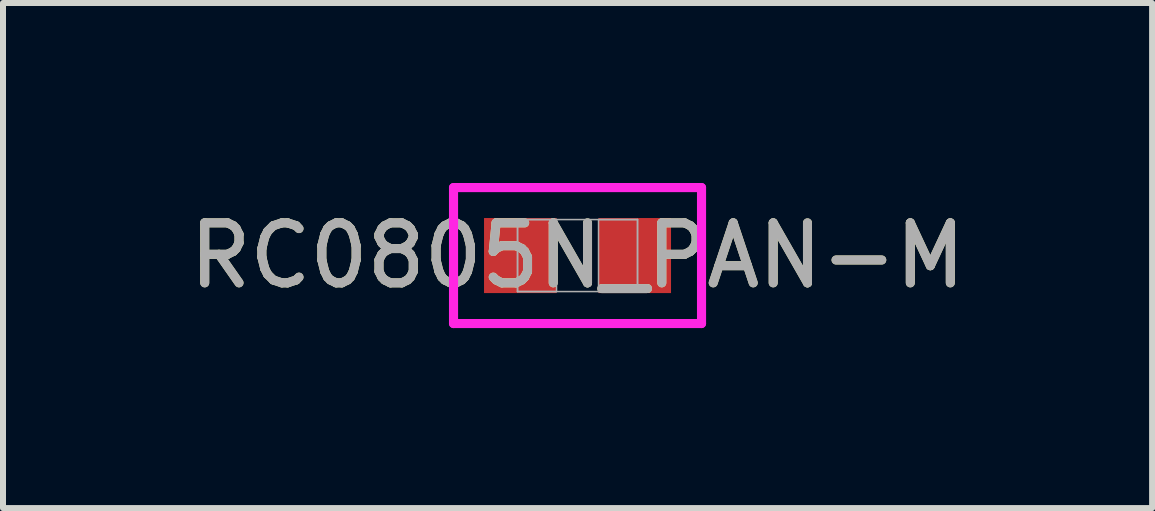
<source format=kicad_pcb>
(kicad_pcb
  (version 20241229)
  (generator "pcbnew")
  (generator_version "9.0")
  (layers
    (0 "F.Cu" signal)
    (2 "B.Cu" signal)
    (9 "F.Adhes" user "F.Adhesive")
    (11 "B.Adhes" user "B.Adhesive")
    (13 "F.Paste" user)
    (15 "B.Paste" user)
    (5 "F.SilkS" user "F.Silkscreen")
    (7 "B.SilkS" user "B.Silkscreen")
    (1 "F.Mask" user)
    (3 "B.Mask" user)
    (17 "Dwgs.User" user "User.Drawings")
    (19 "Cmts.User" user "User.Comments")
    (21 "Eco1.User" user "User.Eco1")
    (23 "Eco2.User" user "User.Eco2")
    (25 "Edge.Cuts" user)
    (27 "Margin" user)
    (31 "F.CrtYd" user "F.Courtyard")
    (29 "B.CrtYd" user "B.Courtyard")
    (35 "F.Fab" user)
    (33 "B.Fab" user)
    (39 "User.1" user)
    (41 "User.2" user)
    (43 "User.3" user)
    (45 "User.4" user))
  (footprint "RC0805N_PAN-M"
    (layer "F.Cu")
    (at 6.577 1.21)
    (property "Reference" "RC0805N_PAN-M" (at 0 0 0) (unlocked yes) (layer "F.SilkS") (effects (font (size 1 1) (thickness 0.15))))
    (attr smd)
    (fp_line (start -2.067 -1.133) (end 2.067 -1.133) (stroke (width 0.152) (type solid)) (layer "F.CrtYd"))
    (fp_line (start -2.067 1.133) (end -2.067 -1.133) (stroke (width 0.152) (type solid)) (layer "F.CrtYd"))
    (fp_line (start 2.067 -1.133) (end 2.067 1.133) (stroke (width 0.152) (type solid)) (layer "F.CrtYd"))
    (fp_line (start 2.067 1.133) (end -2.067 1.133) (stroke (width 0.152) (type solid)) (layer "F.CrtYd"))
    (fp_line (start -1 -0.6) (end -1 0.6) (stroke (width 0.025) (type solid)) (layer "F.Fab"))
    (fp_line (start -1 -0.6) (end -1 0.6) (stroke (width 0.025) (type solid)) (layer "F.Fab"))
    (fp_line (start -1 0.6) (end -0.35 0.6) (stroke (width 0.025) (type solid)) (layer "F.Fab"))
    (fp_line (start -1 0.6) (end 1 0.6) (stroke (width 0.025) (type solid)) (layer "F.Fab"))
    (fp_line (start -0.35 -0.6) (end -1 -0.6) (stroke (width 0.025) (type solid)) (layer "F.Fab"))
    (fp_line (start -0.35 0.6) (end -0.35 -0.6) (stroke (width 0.025) (type solid)) (layer "F.Fab"))
    (fp_line (start 0.35 -0.6) (end 0.35 0.6) (stroke (width 0.025) (type solid)) (layer "F.Fab"))
    (fp_line (start 0.35 0.6) (end 1 0.6) (stroke (width 0.025) (type solid)) (layer "F.Fab"))
    (fp_line (start 1 -0.6) (end -1 -0.6) (stroke (width 0.025) (type solid)) (layer "F.Fab"))
    (fp_line (start 1 -0.6) (end 0.35 -0.6) (stroke (width 0.025) (type solid)) (layer "F.Fab"))
    (fp_line (start 1 0.6) (end 1 -0.6) (stroke (width 0.025) (type solid)) (layer "F.Fab"))
    (fp_line (start 1 0.6) (end 1 -0.6) (stroke (width 0.025) (type solid)) (layer "F.Fab"))
    (fp_text user "${REFERENCE}" (at 0 0 0) (unlocked yes) (layer "F.Fab") (effects (font (size 1 1) (thickness 0.15))))
    (pad "1" smd rect (at -0.954 0) (size 1.209 1.251) (layers "F.Cu" "F.Mask" "F.Paste"))
    (pad "2" smd rect (at 0.954 0) (size 1.209 1.251) (layers "F.Cu" "F.Mask" "F.Paste"))
    (zone (net_name "") (layer "F.Cu") (hatch full 0.508) (connect_pads) (min_thickness 0.254) (filled_areas_thickness no) (keepout (tracks not_allowed) (vias not_allowed) (pads allowed) (copperpour not_allowed) (footprints allowed)) (placement (enabled no)) (fill) (polygon (pts (xy 6.278 0.66) (xy 6.877 0.66) (xy 6.877 1.759) (xy 6.278 1.759)))))
  (gr_rect
    (start -3 -3)
    (end 16.155 5.419)
    (stroke (width 0.1) (type default))
    (fill no)
    (layer "Edge.Cuts")))
</source>
